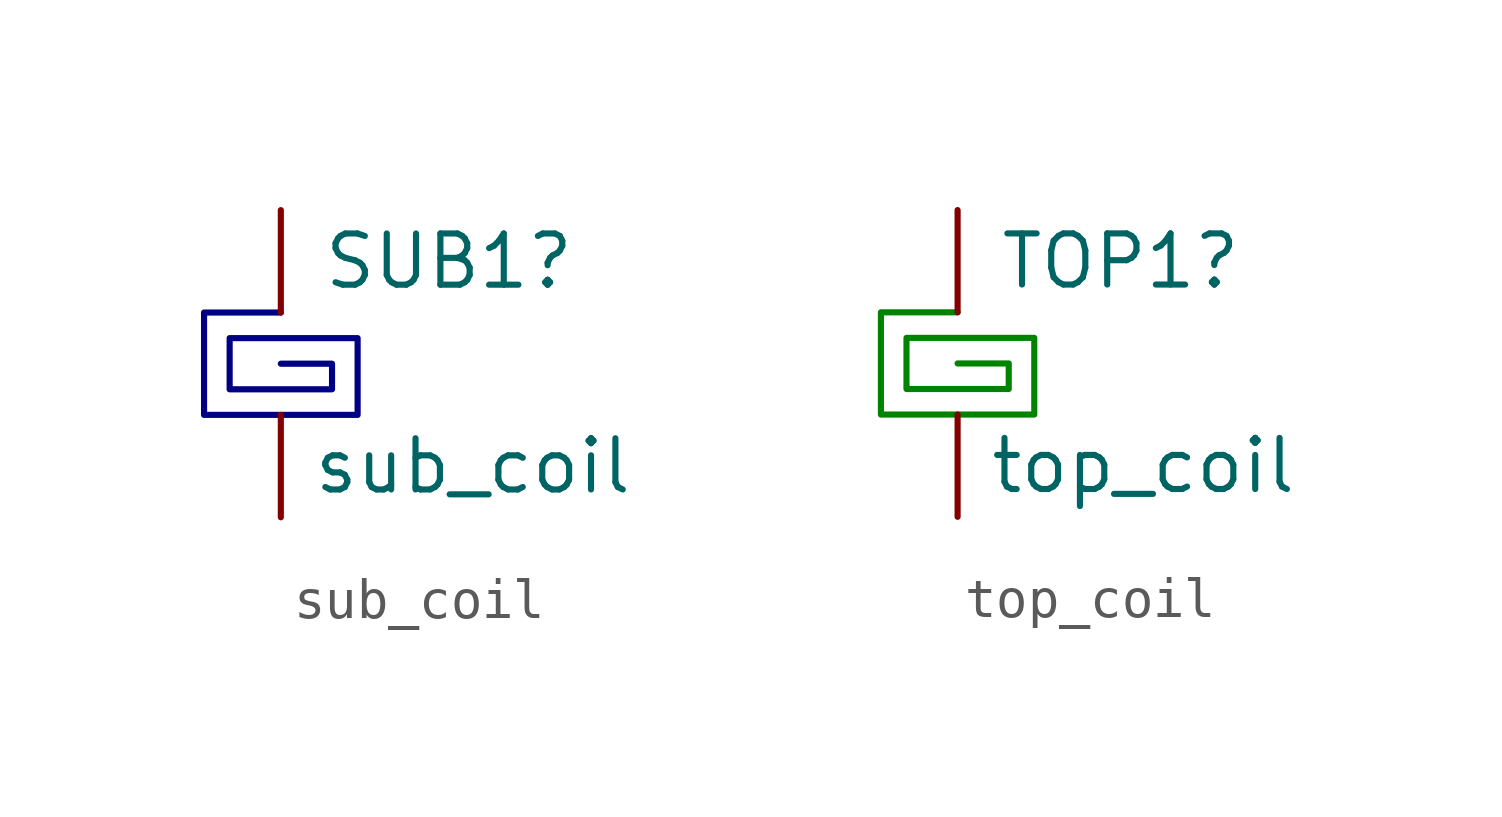
<source format=kicad_sym>
(kicad_symbol_lib
  (version 20231120)
  (generator "kicad_symbol_editor")
  (generator_version "8.0")
  (symbol "sub_coil"
    (pin_numbers hide)
    (pin_names
      (offset 0.025) hide)
    (property "Reference" "SUB1"
      (at 1.016 2.54 0)
      (effects (font (size 1.27 1.27)) (justify left)))
    (property "Value" "sub_coil"
      (at 0.762 -2.54 0)
      (effects (font (size 1.27 1.27)) (justify left)))
    (symbol "sub_coil_0_1"
      (polyline (pts (xy 0 1.27) (xy -1.905 1.27) (xy -1.905 -1.27) (xy 1.905 -1.27) (xy 1.905 0.635) (xy -1.27 0.635) (xy -1.27 -0.635) (xy 1.27 -0.635) (xy 1.27 0) (xy 0 0)) (stroke (width 0) (type default) (color 0 0 132 1)) (fill (type none))))
    (symbol "sub_coil_1_1"
      (pin passive line (at 0 3.81 270) (length 2.54) (name "A" (effects (font (size 1.27 1.27)))) (number "1" (effects (font (size 1.27 1.27)))))
      (pin passive line (at 0 -3.81 90) (length 2.54) (name "B" (effects (font (size 1.27 1.27)))) (number "2" (effects (font (size 1.27 1.27)))))))
  (symbol "top_coil"
    (pin_numbers hide)
    (pin_names
      (offset 0.025) hide)
    (property "Reference" "TOP1"
      (at 1.016 2.54 0)
      (effects (font (size 1.27 1.27)) (justify left)))
    (property "Value" "top_coil"
      (at 0.762 -2.54 0)
      (effects (font (size 1.27 1.27)) (justify left)))
    (symbol "top_coil_0_1"
      (polyline (pts (xy 0 1.27) (xy -1.905 1.27) (xy -1.905 -1.27) (xy 1.905 -1.27) (xy 1.905 0.635) (xy -1.27 0.635) (xy -1.27 -0.635) (xy 1.27 -0.635) (xy 1.27 0) (xy 0 0)) (stroke (width 0) (type default) (color 0 132 0 1)) (fill (type none))))
    (symbol "top_coil_1_1"
      (pin passive line (at 0 3.81 270) (length 2.54) (name "A" (effects (font (size 1.27 1.27)))) (number "1" (effects (font (size 1.27 1.27)))))
      (pin passive line (at 0 -3.81 90) (length 2.54) (name "B" (effects (font (size 1.27 1.27)))) (number "2" (effects (font (size 1.27 1.27))))))))
</source>
